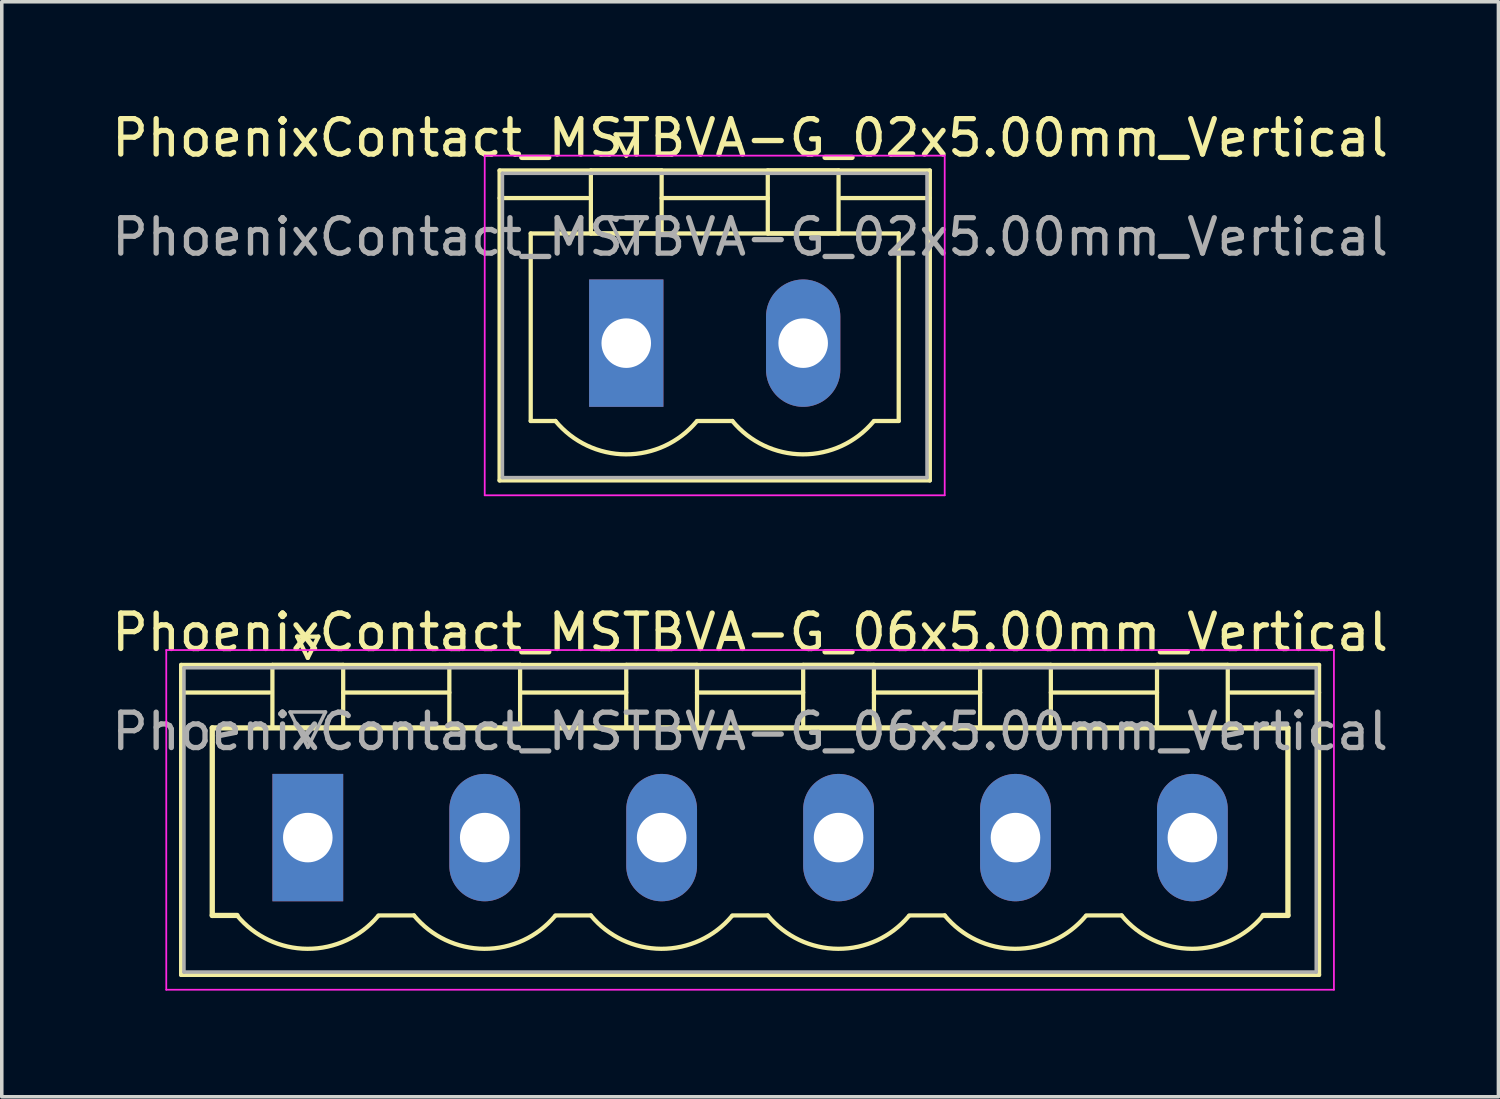
<source format=kicad_pcb>
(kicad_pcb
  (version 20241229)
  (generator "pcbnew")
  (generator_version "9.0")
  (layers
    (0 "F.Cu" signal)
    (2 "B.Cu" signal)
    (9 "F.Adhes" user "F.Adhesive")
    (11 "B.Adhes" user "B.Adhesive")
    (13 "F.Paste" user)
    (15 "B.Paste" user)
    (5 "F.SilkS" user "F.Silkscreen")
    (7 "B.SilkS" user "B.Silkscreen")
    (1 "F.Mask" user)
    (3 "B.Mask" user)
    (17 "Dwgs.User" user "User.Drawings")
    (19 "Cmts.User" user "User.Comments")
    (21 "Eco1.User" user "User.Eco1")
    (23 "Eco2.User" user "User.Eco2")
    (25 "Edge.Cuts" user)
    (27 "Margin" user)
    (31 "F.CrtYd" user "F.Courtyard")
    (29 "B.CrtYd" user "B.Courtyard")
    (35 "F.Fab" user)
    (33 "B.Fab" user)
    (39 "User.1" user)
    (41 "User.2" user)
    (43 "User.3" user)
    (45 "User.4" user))
  (footprint "PhoenixContact_MSTBVA-G_02x5.00mm_Vertical"
    (layer "F.Cu")
    (at 14.649 6.648)
    (property "Reference" "PhoenixContact_MSTBVA-G_02x5.00mm_Vertical" (at 3.5 -5.8 0) (layer "F.SilkS") (effects (font (size 1 1) (thickness 0.15))))
    (attr through_hole)
    (fp_line (start -3.58 -4.88) (end -3.58 3.88) (stroke (width 0.12) (type solid)) (layer "F.SilkS"))
    (fp_line (start -3.58 -4.1) (end -1.08 -4.1) (stroke (width 0.12) (type solid)) (layer "F.SilkS"))
    (fp_line (start -3.58 3.88) (end 8.58 3.88) (stroke (width 0.12) (type solid)) (layer "F.SilkS"))
    (fp_line (start -2.7 -3.1) (end 7.7 -3.1) (stroke (width 0.12) (type solid)) (layer "F.SilkS"))
    (fp_line (start -2.7 2.2) (end -2.7 -3.1) (stroke (width 0.12) (type solid)) (layer "F.SilkS"))
    (fp_line (start -2 2.2) (end -2.7 2.2) (stroke (width 0.12) (type solid)) (layer "F.SilkS"))
    (fp_line (start -1 -4.88) (end 1 -4.88) (stroke (width 0.12) (type solid)) (layer "F.SilkS"))
    (fp_line (start -1 -3.1) (end -1 -4.88) (stroke (width 0.12) (type solid)) (layer "F.SilkS"))
    (fp_line (start -0.3 -5.9) (end 0.3 -5.9) (stroke (width 0.12) (type solid)) (layer "F.SilkS"))
    (fp_line (start 0 -5.3) (end -0.3 -5.9) (stroke (width 0.12) (type solid)) (layer "F.SilkS"))
    (fp_line (start 0.3 -5.9) (end 0 -5.3) (stroke (width 0.12) (type solid)) (layer "F.SilkS"))
    (fp_line (start 1 -4.88) (end 1 -3.1) (stroke (width 0.12) (type solid)) (layer "F.SilkS"))
    (fp_line (start 1 -4.1) (end 4 -4.1) (stroke (width 0.12) (type solid)) (layer "F.SilkS"))
    (fp_line (start 1 -3.1) (end -1 -3.1) (stroke (width 0.12) (type solid)) (layer "F.SilkS"))
    (fp_line (start 2 2.2) (end 3 2.2) (stroke (width 0.12) (type solid)) (layer "F.SilkS"))
    (fp_line (start 4 -4.88) (end 6 -4.88) (stroke (width 0.12) (type solid)) (layer "F.SilkS"))
    (fp_line (start 4 -3.1) (end 4 -4.88) (stroke (width 0.12) (type solid)) (layer "F.SilkS"))
    (fp_line (start 6 -4.88) (end 6 -3.1) (stroke (width 0.12) (type solid)) (layer "F.SilkS"))
    (fp_line (start 6 -3.1) (end 4 -3.1) (stroke (width 0.12) (type solid)) (layer "F.SilkS"))
    (fp_line (start 7.7 -3.1) (end 7.7 2.2) (stroke (width 0.12) (type solid)) (layer "F.SilkS"))
    (fp_line (start 7.7 2.2) (end 7 2.2) (stroke (width 0.12) (type solid)) (layer "F.SilkS"))
    (fp_line (start 8.58 -4.88) (end -3.58 -4.88) (stroke (width 0.12) (type solid)) (layer "F.SilkS"))
    (fp_line (start 8.58 -4.1) (end 6.08 -4.1) (stroke (width 0.12) (type solid)) (layer "F.SilkS"))
    (fp_line (start 8.58 3.88) (end 8.58 -4.88) (stroke (width 0.12) (type solid)) (layer "F.SilkS"))
    (fp_arc (start 1.986842 2.215821) (mid -0.010289 3.142758) (end -2 2.2) (stroke (width 0.12) (type solid)) (layer "F.SilkS"))
    (fp_arc (start 6.986842 2.215821) (mid 4.989711 3.142758) (end 3 2.2) (stroke (width 0.12) (type solid)) (layer "F.SilkS"))
    (fp_line (start -4 -5.3) (end -4 4.3) (stroke (width 0.05) (type solid)) (layer "F.CrtYd"))
    (fp_line (start -4 4.3) (end 9 4.3) (stroke (width 0.05) (type solid)) (layer "F.CrtYd"))
    (fp_line (start 9 -5.3) (end -4 -5.3) (stroke (width 0.05) (type solid)) (layer "F.CrtYd"))
    (fp_line (start 9 4.3) (end 9 -5.3) (stroke (width 0.05) (type solid)) (layer "F.CrtYd"))
    (fp_line (start -3.5 -4.8) (end -3.5 3.8) (stroke (width 0.1) (type solid)) (layer "F.Fab"))
    (fp_line (start -3.5 3.8) (end 8.5 3.8) (stroke (width 0.1) (type solid)) (layer "F.Fab"))
    (fp_line (start -0.5 -3.55) (end 0.5 -3.55) (stroke (width 0.1) (type solid)) (layer "F.Fab"))
    (fp_line (start 0 -2.55) (end -0.5 -3.55) (stroke (width 0.1) (type solid)) (layer "F.Fab"))
    (fp_line (start 0.5 -3.55) (end 0 -2.55) (stroke (width 0.1) (type solid)) (layer "F.Fab"))
    (fp_line (start 8.5 -4.8) (end -3.5 -4.8) (stroke (width 0.1) (type solid)) (layer "F.Fab"))
    (fp_line (start 8.5 3.8) (end 8.5 -4.8) (stroke (width 0.1) (type solid)) (layer "F.Fab"))
    (fp_text user "${REFERENCE}" (at 3.5 -3 0) (layer "F.Fab") (effects (font (size 1 1) (thickness 0.15))))
    (pad "1" thru_hole rect (at 0 0) (size 2.1 3.6) (drill 1.4) (layers "*.Cu" "*.Mask"))
    (pad "2" thru_hole oval (at 5 0) (size 2.1 3.6) (drill 1.4) (layers "*.Cu" "*.Mask")))
  (footprint "PhoenixContact_MSTBVA-G_06x5.00mm_Vertical"
    (layer "F.Cu")
    (at 5.649 20.622)
    (property "Reference" "PhoenixContact_MSTBVA-G_06x5.00mm_Vertical" (at 12.5 -5.8 0) (layer "F.SilkS") (effects (font (size 1 1) (thickness 0.15))))
    (attr through_hole)
    (fp_line (start -3.58 -4.88) (end -3.58 3.88) (stroke (width 0.12) (type solid)) (layer "F.SilkS"))
    (fp_line (start -3.58 -4.1) (end -1.08 -4.1) (stroke (width 0.12) (type solid)) (layer "F.SilkS"))
    (fp_line (start -3.58 3.88) (end 28.58 3.88) (stroke (width 0.12) (type solid)) (layer "F.SilkS"))
    (fp_line (start -2.7 -3.1) (end 27.7 -3.1) (stroke (width 0.15) (type solid)) (layer "F.SilkS"))
    (fp_line (start -2.7 2.2) (end -2.7 -3.1) (stroke (width 0.15) (type solid)) (layer "F.SilkS"))
    (fp_line (start -2 2.2) (end -2.7 2.2) (stroke (width 0.15) (type solid)) (layer "F.SilkS"))
    (fp_line (start -1 -4.88) (end 1 -4.88) (stroke (width 0.12) (type solid)) (layer "F.SilkS"))
    (fp_line (start -1 -3.1) (end -1 -4.88) (stroke (width 0.12) (type solid)) (layer "F.SilkS"))
    (fp_line (start -0.3 -5.68) (end 0.3 -5.68) (stroke (width 0.12) (type solid)) (layer "F.SilkS"))
    (fp_line (start 0 -5.08) (end -0.3 -5.68) (stroke (width 0.12) (type solid)) (layer "F.SilkS"))
    (fp_line (start 0.3 -5.68) (end 0 -5.08) (stroke (width 0.12) (type solid)) (layer "F.SilkS"))
    (fp_line (start 1 -4.88) (end 1 -3.1) (stroke (width 0.12) (type solid)) (layer "F.SilkS"))
    (fp_line (start 1 -4.1) (end 4 -4.1) (stroke (width 0.12) (type solid)) (layer "F.SilkS"))
    (fp_line (start 1 -3.1) (end -1 -3.1) (stroke (width 0.12) (type solid)) (layer "F.SilkS"))
    (fp_line (start 2 2.2) (end 3 2.2) (stroke (width 0.12) (type solid)) (layer "F.SilkS"))
    (fp_line (start 4 -4.88) (end 6 -4.88) (stroke (width 0.12) (type solid)) (layer "F.SilkS"))
    (fp_line (start 4 -3.1) (end 4 -4.88) (stroke (width 0.12) (type solid)) (layer "F.SilkS"))
    (fp_line (start 6 -4.88) (end 6 -3.1) (stroke (width 0.12) (type solid)) (layer "F.SilkS"))
    (fp_line (start 6 -4.1) (end 9 -4.1) (stroke (width 0.12) (type solid)) (layer "F.SilkS"))
    (fp_line (start 6 -3.1) (end 4 -3.1) (stroke (width 0.12) (type solid)) (layer "F.SilkS"))
    (fp_line (start 7 2.2) (end 8 2.2) (stroke (width 0.12) (type solid)) (layer "F.SilkS"))
    (fp_line (start 9 -4.88) (end 11 -4.88) (stroke (width 0.12) (type solid)) (layer "F.SilkS"))
    (fp_line (start 9 -3.1) (end 9 -4.88) (stroke (width 0.12) (type solid)) (layer "F.SilkS"))
    (fp_line (start 11 -4.88) (end 11 -3.1) (stroke (width 0.12) (type solid)) (layer "F.SilkS"))
    (fp_line (start 11 -4.1) (end 14 -4.1) (stroke (width 0.12) (type solid)) (layer "F.SilkS"))
    (fp_line (start 11 -3.1) (end 9 -3.1) (stroke (width 0.12) (type solid)) (layer "F.SilkS"))
    (fp_line (start 12 2.2) (end 13 2.2) (stroke (width 0.12) (type solid)) (layer "F.SilkS"))
    (fp_line (start 14 -4.88) (end 16 -4.88) (stroke (width 0.12) (type solid)) (layer "F.SilkS"))
    (fp_line (start 14 -3.1) (end 14 -4.88) (stroke (width 0.12) (type solid)) (layer "F.SilkS"))
    (fp_line (start 16 -4.88) (end 16 -3.1) (stroke (width 0.12) (type solid)) (layer "F.SilkS"))
    (fp_line (start 16 -4.1) (end 19 -4.1) (stroke (width 0.12) (type solid)) (layer "F.SilkS"))
    (fp_line (start 16 -3.1) (end 14 -3.1) (stroke (width 0.12) (type solid)) (layer "F.SilkS"))
    (fp_line (start 17 2.2) (end 18 2.2) (stroke (width 0.12) (type solid)) (layer "F.SilkS"))
    (fp_line (start 19 -4.88) (end 21 -4.88) (stroke (width 0.12) (type solid)) (layer "F.SilkS"))
    (fp_line (start 19 -3.1) (end 19 -4.88) (stroke (width 0.12) (type solid)) (layer "F.SilkS"))
    (fp_line (start 21 -4.88) (end 21 -3.1) (stroke (width 0.12) (type solid)) (layer "F.SilkS"))
    (fp_line (start 21 -4.1) (end 24 -4.1) (stroke (width 0.12) (type solid)) (layer "F.SilkS"))
    (fp_line (start 21 -3.1) (end 19 -3.1) (stroke (width 0.12) (type solid)) (layer "F.SilkS"))
    (fp_line (start 22 2.2) (end 23 2.2) (stroke (width 0.12) (type solid)) (layer "F.SilkS"))
    (fp_line (start 24 -4.88) (end 26 -4.88) (stroke (width 0.12) (type solid)) (layer "F.SilkS"))
    (fp_line (start 24 -3.1) (end 24 -4.88) (stroke (width 0.12) (type solid)) (layer "F.SilkS"))
    (fp_line (start 26 -4.88) (end 26 -3.1) (stroke (width 0.12) (type solid)) (layer "F.SilkS"))
    (fp_line (start 26 -3.1) (end 24 -3.1) (stroke (width 0.12) (type solid)) (layer "F.SilkS"))
    (fp_line (start 27.7 -3.1) (end 27.7 2.2) (stroke (width 0.15) (type solid)) (layer "F.SilkS"))
    (fp_line (start 27.7 2.2) (end 27 2.2) (stroke (width 0.15) (type solid)) (layer "F.SilkS"))
    (fp_line (start 28.58 -4.88) (end -3.58 -4.88) (stroke (width 0.12) (type solid)) (layer "F.SilkS"))
    (fp_line (start 28.58 -4.1) (end 26.08 -4.1) (stroke (width 0.12) (type solid)) (layer "F.SilkS"))
    (fp_line (start 28.58 3.88) (end 28.58 -4.88) (stroke (width 0.12) (type solid)) (layer "F.SilkS"))
    (fp_arc (start 1.986842 2.215821) (mid -0.010289 3.142758) (end -2 2.2) (stroke (width 0.12) (type solid)) (layer "F.SilkS"))
    (fp_arc (start 6.986842 2.215821) (mid 4.989711 3.142758) (end 3 2.2) (stroke (width 0.12) (type solid)) (layer "F.SilkS"))
    (fp_arc (start 11.986842 2.215821) (mid 9.989711 3.142758) (end 8 2.2) (stroke (width 0.12) (type solid)) (layer "F.SilkS"))
    (fp_arc (start 16.986842 2.215821) (mid 14.989711 3.142758) (end 13 2.2) (stroke (width 0.12) (type solid)) (layer "F.SilkS"))
    (fp_arc (start 21.986842 2.215821) (mid 19.989711 3.142758) (end 18 2.2) (stroke (width 0.12) (type solid)) (layer "F.SilkS"))
    (fp_arc (start 26.986842 2.215821) (mid 24.989711 3.142758) (end 23 2.2) (stroke (width 0.12) (type solid)) (layer "F.SilkS"))
    (fp_line (start -4 -5.3) (end -4 4.3) (stroke (width 0.05) (type solid)) (layer "F.CrtYd"))
    (fp_line (start -4 4.3) (end 29 4.3) (stroke (width 0.05) (type solid)) (layer "F.CrtYd"))
    (fp_line (start 29 -5.3) (end -4 -5.3) (stroke (width 0.05) (type solid)) (layer "F.CrtYd"))
    (fp_line (start 29 4.3) (end 29 -5.3) (stroke (width 0.05) (type solid)) (layer "F.CrtYd"))
    (fp_line (start -3.5 -4.8) (end -3.5 3.8) (stroke (width 0.1) (type solid)) (layer "F.Fab"))
    (fp_line (start -3.5 3.8) (end 28.5 3.8) (stroke (width 0.1) (type solid)) (layer "F.Fab"))
    (fp_line (start -0.5 -3.55) (end 0.5 -3.55) (stroke (width 0.1) (type solid)) (layer "F.Fab"))
    (fp_line (start 0 -2.55) (end -0.5 -3.55) (stroke (width 0.1) (type solid)) (layer "F.Fab"))
    (fp_line (start 0.5 -3.55) (end 0 -2.55) (stroke (width 0.1) (type solid)) (layer "F.Fab"))
    (fp_line (start 28.5 -4.8) (end -3.5 -4.8) (stroke (width 0.1) (type solid)) (layer "F.Fab"))
    (fp_line (start 28.5 3.8) (end 28.5 -4.8) (stroke (width 0.1) (type solid)) (layer "F.Fab"))
    (fp_text user "${REFERENCE}" (at 12.5 -3 0) (layer "F.Fab") (effects (font (size 1 1) (thickness 0.15))))
    (pad "1" thru_hole rect (at 0 0) (size 2 3.6) (drill 1.4) (layers "*.Cu" "*.Mask"))
    (pad "2" thru_hole oval (at 5 0) (size 2 3.6) (drill 1.4) (layers "*.Cu" "*.Mask"))
    (pad "3" thru_hole oval (at 10 0) (size 2 3.6) (drill 1.4) (layers "*.Cu" "*.Mask"))
    (pad "4" thru_hole oval (at 15 0) (size 2 3.6) (drill 1.4) (layers "*.Cu" "*.Mask"))
    (pad "5" thru_hole oval (at 20 0) (size 2 3.6) (drill 1.4) (layers "*.Cu" "*.Mask"))
    (pad "6" thru_hole oval (at 25 0) (size 2 3.6) (drill 1.4) (layers "*.Cu" "*.Mask")))
  (gr_rect
    (start -3 -3)
    (end 39.298 27.947)
    (stroke (width 0.1) (type default))
    (fill no)
    (layer "Edge.Cuts")))
</source>
